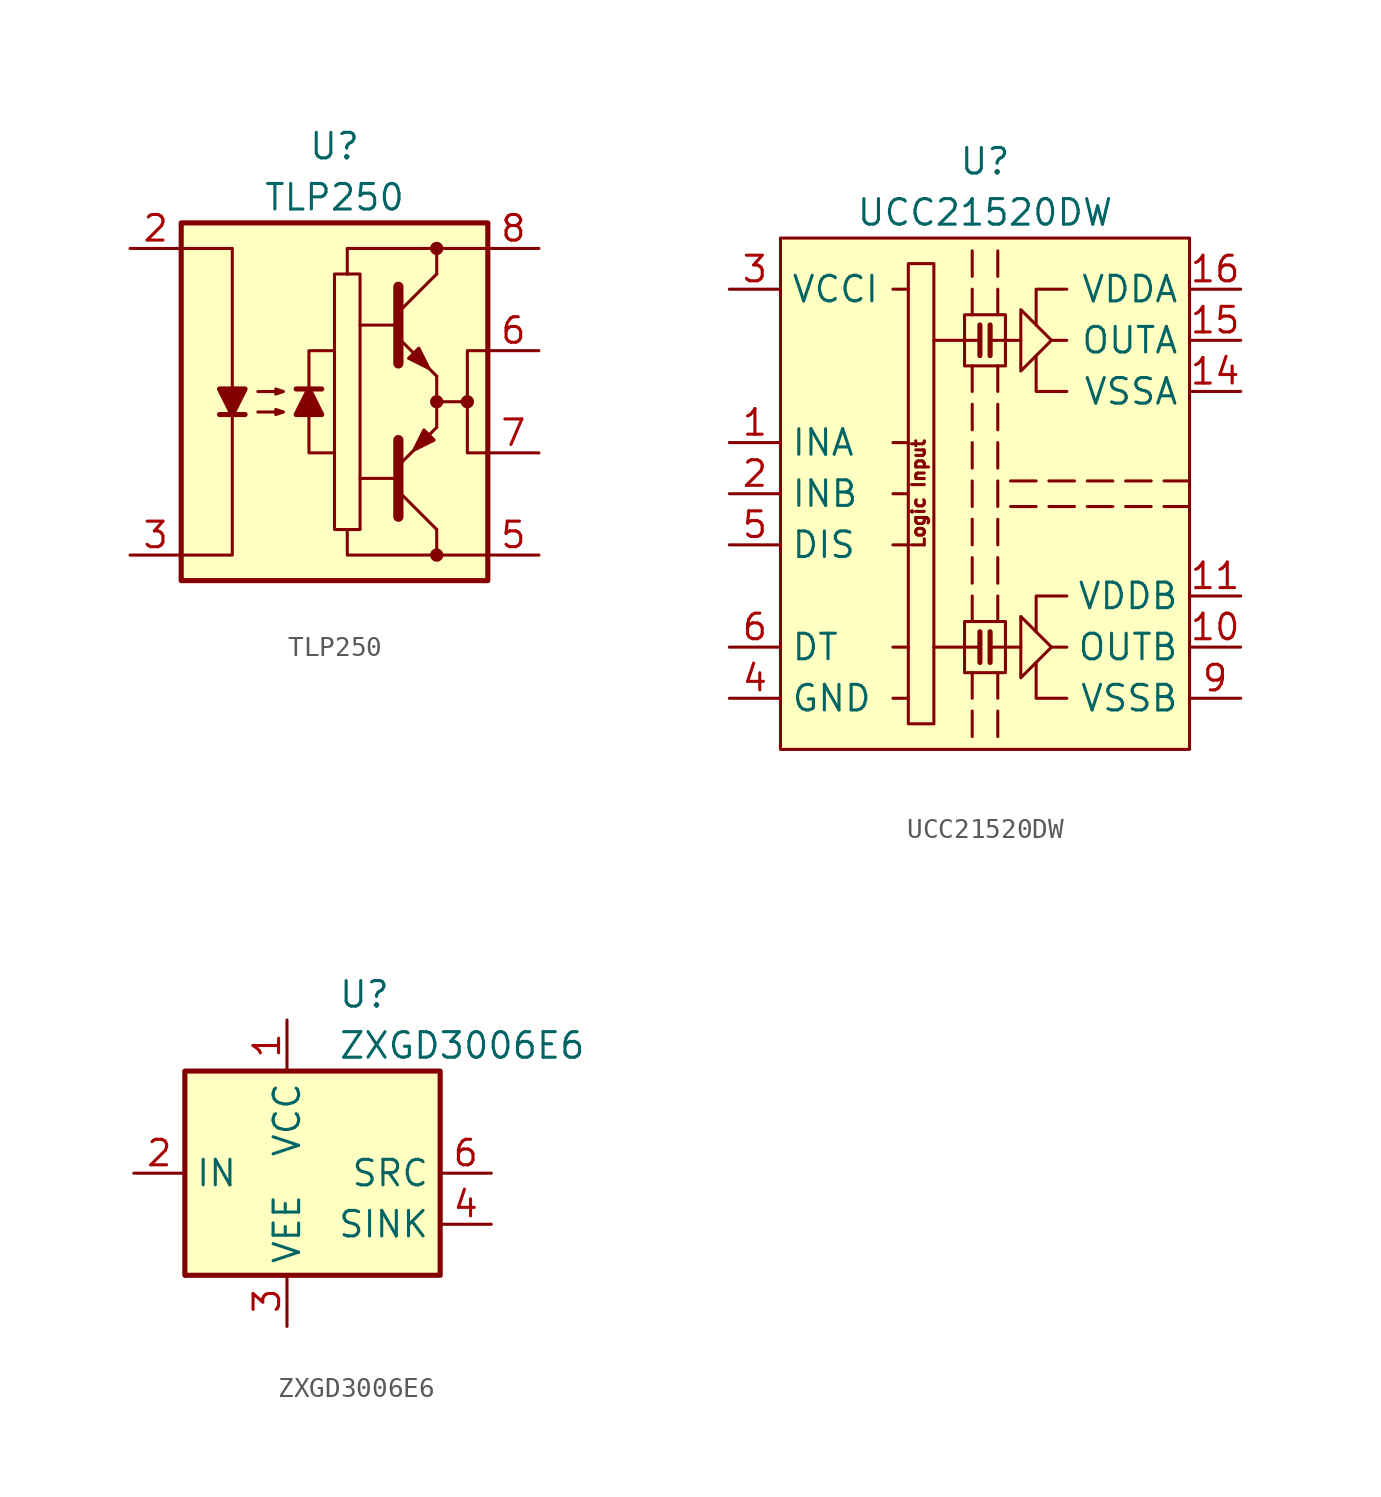
<source format=kicad_sym>
(kicad_symbol_lib
  (version 20200908)
  (generator kicad_symbol_editor)
  (symbol "Driver_FET:TLP250"
    (pin_names hide)
    (property "Reference" "U"
      (at 0 12.7 0)
      (effects (font (size 1.27 1.27))))
    (property "Value" "TLP250"
      (at 0 10.16 0)
      (effects (font (size 1.27 1.27))))
    (symbol "TLP250_0_1"
      (circle (center 5.08 -7.62) (radius 0.254) (stroke (width 0)) (fill (type outline)))
      (circle (center 5.08 0) (radius 0.254) (stroke (width 0)) (fill (type outline)))
      (circle (center 5.08 7.62) (radius 0.254) (stroke (width 0)) (fill (type outline)))
      (circle (center 6.604 0) (radius 0.254) (stroke (width 0)) (fill (type outline)))
      (rectangle (start -7.62 8.89) (end 7.62 -8.89) (stroke (width 0.254)) (fill (type background)))
      (rectangle (start 0.635 6.35) (end 0.635 6.35) (stroke (width 0)) (fill (type none)))
      (rectangle (start 0.635 6.35) (end 0.635 7.62) (stroke (width 0)) (fill (type none)))
      (rectangle (start 5.08 1.27) (end 5.08 -1.27) (stroke (width 0)) (fill (type none)))
      (polyline (pts (xy -5.715 -0.635) (xy -4.445 -0.635)) (stroke (width 0.254)) (fill (type none)))
      (polyline (pts (xy -0.635 0.635) (xy -1.905 0.635)) (stroke (width 0.254)) (fill (type none)))
      (polyline (pts (xy 3.048 -3.81) (xy 1.27 -3.81)) (stroke (width 0)) (fill (type none)))
      (polyline (pts (xy 3.048 3.81) (xy 1.27 3.81)) (stroke (width 0)) (fill (type none)))
      (polyline (pts (xy 3.175 -4.445) (xy 5.08 -6.35)) (stroke (width 0)) (fill (type none)))
      (polyline (pts (xy 3.175 4.445) (xy 5.08 6.35)) (stroke (width 0)) (fill (type none)))
      (polyline (pts (xy 5.08 -6.35) (xy 5.08 -7.62)) (stroke (width 0)) (fill (type none)))
      (polyline (pts (xy 5.08 -1.27) (xy 3.175 -3.175)) (stroke (width 0)) (fill (type outline)))
      (polyline (pts (xy 5.08 0) (xy 6.604 0)) (stroke (width 0)) (fill (type none)))
      (polyline (pts (xy 5.08 1.27) (xy 3.175 3.175)) (stroke (width 0)) (fill (type outline)))
      (polyline (pts (xy 5.08 6.35) (xy 5.08 7.62)) (stroke (width 0)) (fill (type none)))
      (polyline (pts (xy 7.62 7.62) (xy 0.635 7.62)) (stroke (width 0)) (fill (type none)))
      (polyline (pts (xy -1.27 -0.635) (xy -1.27 -2.54) (xy 0 -2.54)) (stroke (width 0)) (fill (type none)))
      (polyline (pts (xy -1.27 0.635) (xy -1.27 2.54) (xy 0 2.54)) (stroke (width 0)) (fill (type none)))
      (polyline (pts (xy 0.635 -6.35) (xy 0.635 -7.62) (xy 7.62 -7.62)) (stroke (width 0)) (fill (type none)))
      (polyline (pts (xy 3.175 -5.715) (xy 3.175 -1.905) (xy 3.175 -1.905)) (stroke (width 0.508)) (fill (type none)))
      (polyline (pts (xy 3.175 5.715) (xy 3.175 1.905) (xy 3.175 1.905)) (stroke (width 0.508)) (fill (type none)))
      (polyline (pts (xy -7.62 7.62) (xy -5.08 7.62) (xy -5.08 -7.62) (xy -7.62 -7.62)) (stroke (width 0)) (fill (type none)))
      (polyline (pts (xy -5.08 -0.635) (xy -5.715 0.635) (xy -4.445 0.635) (xy -5.08 -0.635)) (stroke (width 0.254)) (fill (type outline)))
      (polyline (pts (xy -1.27 0.635) (xy -0.635 -0.635) (xy -1.905 -0.635) (xy -1.27 0.635)) (stroke (width 0.254)) (fill (type outline)))
      (polyline (pts (xy 7.62 2.54) (xy 6.604 2.54) (xy 6.604 -2.54) (xy 7.62 -2.54)) (stroke (width 0)) (fill (type none)))
      (polyline (pts (xy -3.81 -0.508) (xy -2.54 -0.508) (xy -2.921 -0.635) (xy -2.921 -0.381) (xy -2.54 -0.508)) (stroke (width 0)) (fill (type none)))
      (polyline (pts (xy -3.81 0.508) (xy -2.54 0.508) (xy -2.921 0.381) (xy -2.921 0.635) (xy -2.54 0.508)) (stroke (width 0)) (fill (type none)))
      (polyline (pts (xy 1.27 6.35) (xy 1.27 -6.35) (xy 0 -6.35) (xy 0 6.35) (xy 1.27 6.35)) (stroke (width 0)) (fill (type none)))
      (polyline (pts (xy 3.683 2.159) (xy 4.191 2.667) (xy 4.699 1.651) (xy 3.683 2.159) (xy 3.683 2.159)) (stroke (width 0)) (fill (type outline)))
      (polyline (pts (xy 4.953 -1.905) (xy 4.445 -1.397) (xy 3.937 -2.413) (xy 4.953 -1.905) (xy 4.953 -1.905)) (stroke (width 0)) (fill (type outline))))
    (symbol "TLP250_1_1"
      (pin unconnected line (at -7.62 2.54 0) (length 2.54) hide (name "NC" (effects (font (size 1.27 1.27)))) (number "1" (effects (font (size 1.27 1.27)))))
      (pin passive line (at -10.16 7.62 0) (length 2.54) (name "A" (effects (font (size 1.27 1.27)))) (number "2" (effects (font (size 1.27 1.27)))))
      (pin passive line (at -10.16 -7.62 0) (length 2.54) (name "C" (effects (font (size 1.27 1.27)))) (number "3" (effects (font (size 1.27 1.27)))))
      (pin unconnected line (at -7.62 -2.54 0) (length 2.54) hide (name "NC" (effects (font (size 1.27 1.27)))) (number "4" (effects (font (size 1.27 1.27)))))
      (pin power_in line (at 10.16 -7.62 180) (length 2.54) (name "VEE" (effects (font (size 1.27 1.27)))) (number "5" (effects (font (size 1.27 1.27)))))
      (pin output line (at 10.16 2.54 180) (length 2.54) (name "VO" (effects (font (size 1.27 1.27)))) (number "6" (effects (font (size 1.27 1.27)))))
      (pin output line (at 10.16 -2.54 180) (length 2.54) (name "VO" (effects (font (size 1.27 1.27)))) (number "7" (effects (font (size 1.27 1.27)))))
      (pin power_in line (at 10.16 7.62 180) (length 2.54) (name "VCC" (effects (font (size 1.27 1.27)))) (number "8" (effects (font (size 1.27 1.27)))))))
  (symbol "Driver_FET:UCC21520DW"
    (property "Reference" "U"
      (at 0 16.51 0)
      (effects (font (size 1.27 1.27))))
    (property "Value" "UCC21520DW"
      (at 0 13.97 0)
      (effects (font (size 1.27 1.27))))
    (symbol "UCC21520DW_0_0"
      (text "Logic Input" (at -3.302 0 900) (effects (font (size 0.635 0.635))))
      (rectangle (start 1.016 -6.35) (end -1.016 -8.89) (stroke (width 0)) (fill (type none)))
      (rectangle (start 1.016 8.89) (end -1.016 6.35) (stroke (width 0)) (fill (type none)))
      (polyline (pts (xy -0.635 6.35) (xy -0.635 5.08)) (stroke (width 0)) (fill (type none)))
      (polyline (pts (xy -0.635 10.16) (xy -0.635 8.89)) (stroke (width 0)) (fill (type none)))
      (polyline (pts (xy -0.635 12.065) (xy -0.635 10.795)) (stroke (width 0)) (fill (type none)))
      (polyline (pts (xy -0.254 -7.62) (xy -2.54 -7.62)) (stroke (width 0)) (fill (type none)))
      (polyline (pts (xy -0.254 -6.858) (xy -0.254 -8.382)) (stroke (width 0.254)) (fill (type none)))
      (polyline (pts (xy -0.254 7.62) (xy -2.54 7.62)) (stroke (width 0)) (fill (type none)))
      (polyline (pts (xy -0.254 8.382) (xy -0.254 6.858)) (stroke (width 0.254)) (fill (type none)))
      (polyline (pts (xy 0.254 -7.62) (xy 1.778 -7.62)) (stroke (width 0)) (fill (type none)))
      (polyline (pts (xy 0.254 -6.858) (xy 0.254 -8.382)) (stroke (width 0.254)) (fill (type none)))
      (polyline (pts (xy 0.254 7.62) (xy 1.778 7.62)) (stroke (width 0)) (fill (type none)))
      (polyline (pts (xy 0.254 8.382) (xy 0.254 6.858)) (stroke (width 0.254)) (fill (type none)))
      (polyline (pts (xy 0.635 6.35) (xy 0.635 5.08)) (stroke (width 0)) (fill (type none)))
      (polyline (pts (xy 0.635 8.89) (xy 0.635 10.16)) (stroke (width 0)) (fill (type none)))
      (polyline (pts (xy 0.635 10.795) (xy 0.635 12.065)) (stroke (width 0)) (fill (type none)))
      (polyline (pts (xy 2.54 -0.635) (xy 1.27 -0.635)) (stroke (width 0)) (fill (type none)))
      (polyline (pts (xy 2.54 0.635) (xy 1.27 0.635)) (stroke (width 0)) (fill (type none)))
      (polyline (pts (xy 4.064 -7.62) (xy 3.302 -7.62)) (stroke (width 0)) (fill (type none)))
      (polyline (pts (xy 4.064 7.62) (xy 3.302 7.62)) (stroke (width 0)) (fill (type none)))
      (polyline (pts (xy 4.445 -0.635) (xy 3.175 -0.635)) (stroke (width 0)) (fill (type none)))
      (polyline (pts (xy 4.445 0.635) (xy 3.175 0.635)) (stroke (width 0)) (fill (type none)))
      (polyline (pts (xy 6.35 -0.635) (xy 5.08 -0.635)) (stroke (width 0)) (fill (type none)))
      (polyline (pts (xy 6.35 0.635) (xy 5.08 0.635)) (stroke (width 0)) (fill (type none)))
      (polyline (pts (xy 8.255 -0.635) (xy 6.985 -0.635)) (stroke (width 0)) (fill (type none)))
      (polyline (pts (xy 8.255 0.635) (xy 6.985 0.635)) (stroke (width 0)) (fill (type none)))
      (polyline (pts (xy 10.16 -0.635) (xy 8.89 -0.635)) (stroke (width 0)) (fill (type none)))
      (polyline (pts (xy 10.16 0.635) (xy 8.89 0.635)) (stroke (width 0)) (fill (type none)))
      (polyline (pts (xy 4.064 -10.16) (xy 2.54 -10.16) (xy 2.54 -8.382)) (stroke (width 0)) (fill (type none)))
      (polyline (pts (xy 4.064 -5.08) (xy 2.54 -5.08) (xy 2.54 -6.858)) (stroke (width 0)) (fill (type none)))
      (polyline (pts (xy 4.064 5.08) (xy 2.54 5.08) (xy 2.54 6.858)) (stroke (width 0)) (fill (type none)))
      (polyline (pts (xy 4.064 10.16) (xy 2.54 10.16) (xy 2.54 8.382)) (stroke (width 0)) (fill (type none)))
      (polyline (pts (xy 3.302 -7.62) (xy 1.778 -9.144) (xy 1.778 -6.096) (xy 3.302 -7.62)) (stroke (width 0)) (fill (type none)))
      (polyline (pts (xy 3.302 7.62) (xy 1.778 6.096) (xy 1.778 9.144) (xy 3.302 7.62)) (stroke (width 0)) (fill (type none))))
    (symbol "UCC21520DW_0_1"
      (rectangle (start -3.81 11.43) (end -2.54 -11.43) (stroke (width 0)) (fill (type none)))
      (rectangle (start 10.16 12.7) (end -10.16 -12.7) (stroke (width 0)) (fill (type background)))
      (polyline (pts (xy -3.81 -10.16) (xy -4.572 -10.16)) (stroke (width 0)) (fill (type none)))
      (polyline (pts (xy -3.81 -7.62) (xy -4.572 -7.62)) (stroke (width 0)) (fill (type none)))
      (polyline (pts (xy -3.81 -2.54) (xy -4.572 -2.54)) (stroke (width 0)) (fill (type none)))
      (polyline (pts (xy -3.81 0) (xy -4.572 0)) (stroke (width 0)) (fill (type none)))
      (polyline (pts (xy -3.81 2.54) (xy -4.572 2.54)) (stroke (width 0)) (fill (type none)))
      (polyline (pts (xy -3.81 10.16) (xy -4.572 10.16)) (stroke (width 0)) (fill (type none)))
      (polyline (pts (xy -0.635 -10.795) (xy -0.635 -12.065)) (stroke (width 0)) (fill (type none)))
      (polyline (pts (xy -0.635 -8.89) (xy -0.635 -10.16)) (stroke (width 0)) (fill (type none)))
      (polyline (pts (xy -0.635 -5.08) (xy -0.635 -6.35)) (stroke (width 0)) (fill (type none)))
      (polyline (pts (xy -0.635 -3.175) (xy -0.635 -4.445)) (stroke (width 0)) (fill (type none)))
      (polyline (pts (xy -0.635 -1.27) (xy -0.635 -2.54)) (stroke (width 0)) (fill (type none)))
      (polyline (pts (xy -0.635 0.635) (xy -0.635 -0.635)) (stroke (width 0)) (fill (type none)))
      (polyline (pts (xy -0.635 2.54) (xy -0.635 1.27)) (stroke (width 0)) (fill (type none)))
      (polyline (pts (xy -0.635 4.445) (xy -0.635 3.175)) (stroke (width 0)) (fill (type none)))
      (polyline (pts (xy 0.635 -10.795) (xy 0.635 -12.065)) (stroke (width 0)) (fill (type none)))
      (polyline (pts (xy 0.635 -8.89) (xy 0.635 -10.16)) (stroke (width 0)) (fill (type none)))
      (polyline (pts (xy 0.635 -5.08) (xy 0.635 -6.35)) (stroke (width 0)) (fill (type none)))
      (polyline (pts (xy 0.635 -3.175) (xy 0.635 -4.445)) (stroke (width 0)) (fill (type none)))
      (polyline (pts (xy 0.635 -1.27) (xy 0.635 -2.54)) (stroke (width 0)) (fill (type none)))
      (polyline (pts (xy 0.635 0.635) (xy 0.635 -0.635)) (stroke (width 0)) (fill (type none)))
      (polyline (pts (xy 0.635 2.54) (xy 0.635 1.27)) (stroke (width 0)) (fill (type none)))
      (polyline (pts (xy 0.635 4.445) (xy 0.635 3.175)) (stroke (width 0)) (fill (type none))))
    (symbol "UCC21520DW_1_1"
      (pin input line (at -12.7 2.54 0) (length 2.54) (name "INA" (effects (font (size 1.27 1.27)))) (number "1" (effects (font (size 1.27 1.27)))))
      (pin output line (at 12.7 -7.62 180) (length 2.54) (name "OUTB" (effects (font (size 1.27 1.27)))) (number "10" (effects (font (size 1.27 1.27)))))
      (pin power_in line (at 12.7 -5.08 180) (length 2.54) (name "VDDB" (effects (font (size 1.27 1.27)))) (number "11" (effects (font (size 1.27 1.27)))))
      (pin unconnected line (at 10.16 -2.54 180) (length 2.54) hide (name "NC" (effects (font (size 1.27 1.27)))) (number "12" (effects (font (size 1.27 1.27)))))
      (pin unconnected line (at 10.16 2.54 180) (length 2.54) hide (name "NC" (effects (font (size 1.27 1.27)))) (number "13" (effects (font (size 1.27 1.27)))))
      (pin power_in line (at 12.7 5.08 180) (length 2.54) (name "VSSA" (effects (font (size 1.27 1.27)))) (number "14" (effects (font (size 1.27 1.27)))))
      (pin output line (at 12.7 7.62 180) (length 2.54) (name "OUTA" (effects (font (size 1.27 1.27)))) (number "15" (effects (font (size 1.27 1.27)))))
      (pin power_in line (at 12.7 10.16 180) (length 2.54) (name "VDDA" (effects (font (size 1.27 1.27)))) (number "16" (effects (font (size 1.27 1.27)))))
      (pin input line (at -12.7 0 0) (length 2.54) (name "INB" (effects (font (size 1.27 1.27)))) (number "2" (effects (font (size 1.27 1.27)))))
      (pin power_in line (at -12.7 10.16 0) (length 2.54) (name "VCCI" (effects (font (size 1.27 1.27)))) (number "3" (effects (font (size 1.27 1.27)))))
      (pin power_in line (at -12.7 -10.16 0) (length 2.54) (name "GND" (effects (font (size 1.27 1.27)))) (number "4" (effects (font (size 1.27 1.27)))))
      (pin input line (at -12.7 -2.54 0) (length 2.54) (name "DIS" (effects (font (size 1.27 1.27)))) (number "5" (effects (font (size 1.27 1.27)))))
      (pin passive line (at -12.7 -7.62 0) (length 2.54) (name "DT" (effects (font (size 1.27 1.27)))) (number "6" (effects (font (size 1.27 1.27)))))
      (pin unconnected line (at -10.16 -5.08 0) (length 2.54) hide (name "NC" (effects (font (size 1.27 1.27)))) (number "7" (effects (font (size 1.27 1.27)))))
      (pin passive line (at -12.7 10.16 0) (length 2.54) hide (name "VCCI" (effects (font (size 1.27 1.27)))) (number "8" (effects (font (size 1.27 1.27)))))
      (pin power_in line (at 12.7 -10.16 180) (length 2.54) (name "VSSB" (effects (font (size 1.27 1.27)))) (number "9" (effects (font (size 1.27 1.27)))))))
  (symbol "Driver_FET:ZXGD3006E6"
    (property "Reference" "U"
      (at 2.54 8.89 0)
      (effects (font (size 1.27 1.27)) (justify left)))
    (property "Value" "ZXGD3006E6"
      (at 2.54 6.35 0)
      (effects (font (size 1.27 1.27)) (justify left)))
    (symbol "ZXGD3006E6_0_1"
      (rectangle (start -5.08 5.08) (end 7.62 -5.08) (stroke (width 0.254)) (fill (type background))))
    (symbol "ZXGD3006E6_1_1"
      (pin power_in line (at 0 7.62 270) (length 2.54) (name "VCC" (effects (font (size 1.27 1.27)))) (number "1" (effects (font (size 1.27 1.27)))))
      (pin input line (at -7.62 0 0) (length 2.54) (name "IN" (effects (font (size 1.27 1.27)))) (number "2" (effects (font (size 1.27 1.27)))))
      (pin power_in line (at 0 -7.62 90) (length 2.54) (name "VEE" (effects (font (size 1.27 1.27)))) (number "3" (effects (font (size 1.27 1.27)))))
      (pin open_collector line (at 10.16 -2.54 180) (length 2.54) (name "SINK" (effects (font (size 1.27 1.27)))) (number "4" (effects (font (size 1.27 1.27)))))
      (pin unconnected line (at 7.62 2.54 180) (length 2.54) hide (name "NC" (effects (font (size 1.27 1.27)))) (number "5" (effects (font (size 1.27 1.27)))))
      (pin open_emitter line (at 10.16 0 180) (length 2.54) (name "SRC" (effects (font (size 1.27 1.27)))) (number "6" (effects (font (size 1.27 1.27))))))))
</source>
